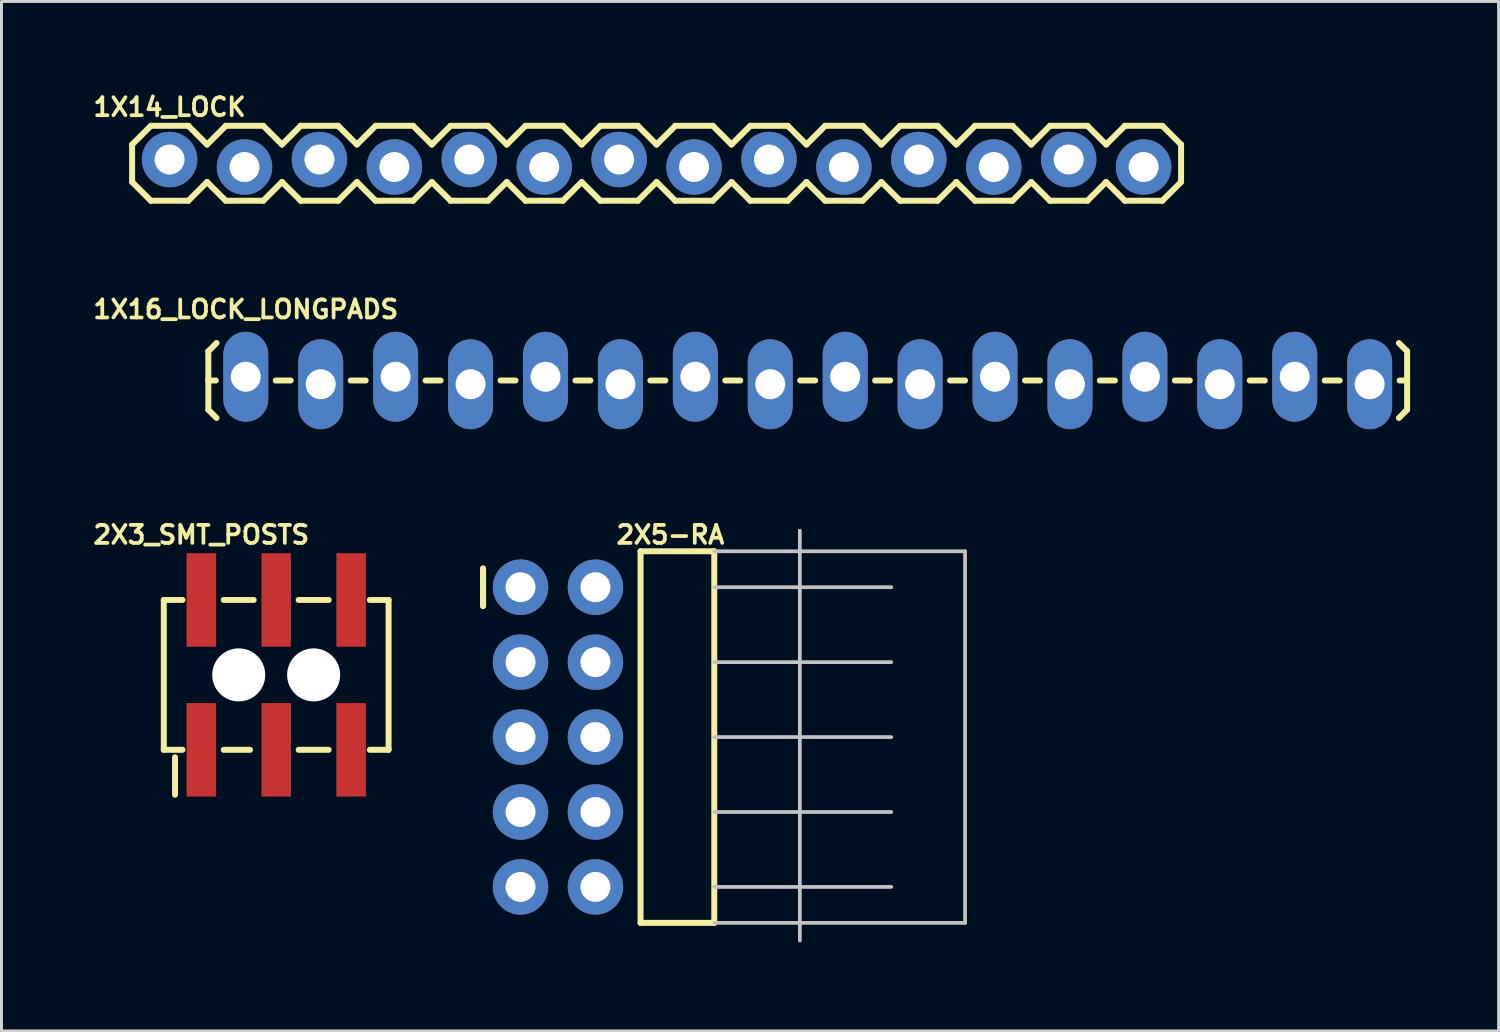
<source format=kicad_pcb>
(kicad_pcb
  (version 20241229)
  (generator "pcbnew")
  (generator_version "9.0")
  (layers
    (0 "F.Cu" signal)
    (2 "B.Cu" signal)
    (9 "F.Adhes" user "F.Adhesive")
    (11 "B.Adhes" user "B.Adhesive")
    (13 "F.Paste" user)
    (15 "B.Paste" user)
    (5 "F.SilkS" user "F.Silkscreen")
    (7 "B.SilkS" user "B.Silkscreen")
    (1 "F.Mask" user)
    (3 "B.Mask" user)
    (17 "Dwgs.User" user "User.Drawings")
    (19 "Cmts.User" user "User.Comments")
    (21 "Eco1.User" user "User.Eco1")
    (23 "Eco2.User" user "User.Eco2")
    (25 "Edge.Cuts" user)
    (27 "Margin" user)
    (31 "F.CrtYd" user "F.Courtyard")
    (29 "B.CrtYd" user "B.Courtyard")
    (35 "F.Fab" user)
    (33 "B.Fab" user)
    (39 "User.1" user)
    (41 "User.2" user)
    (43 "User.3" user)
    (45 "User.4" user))
  (footprint "2X3_SMT_POSTS"
    (layer "F.Cu")
    (at 6.313 19.829)
    (property "Reference" "2X3_SMT_POSTS" (at -2.54 -4.75 0) (layer "F.SilkS") (effects (font (size 0.61 0.61) (thickness 0.127))))
    (attr smd)
    (fp_line (start -3.81 -2.54) (end -3.81 2.54) (stroke (width 0.203) (type solid)) (layer "F.SilkS"))
    (fp_line (start -3.81 2.54) (end -3.175 2.54) (stroke (width 0.203) (type solid)) (layer "F.SilkS"))
    (fp_line (start -3.429 4.064) (end -3.429 2.794) (stroke (width 0.203) (type solid)) (layer "F.SilkS"))
    (fp_line (start -3.175 -2.54) (end -3.81 -2.54) (stroke (width 0.203) (type solid)) (layer "F.SilkS"))
    (fp_line (start -1.778 -2.54) (end -0.762 -2.54) (stroke (width 0.203) (type solid)) (layer "F.SilkS"))
    (fp_line (start -1.778 2.54) (end -0.889 2.54) (stroke (width 0.203) (type solid)) (layer "F.SilkS"))
    (fp_line (start 0.762 -2.54) (end 1.778 -2.54) (stroke (width 0.203) (type solid)) (layer "F.SilkS"))
    (fp_line (start 0.762 2.54) (end 1.778 2.54) (stroke (width 0.203) (type solid)) (layer "F.SilkS"))
    (fp_line (start 3.175 -2.54) (end 3.81 -2.54) (stroke (width 0.203) (type solid)) (layer "F.SilkS"))
    (fp_line (start 3.81 -2.54) (end 3.81 2.54) (stroke (width 0.203) (type solid)) (layer "F.SilkS"))
    (fp_line (start 3.81 2.54) (end 3.175 2.54) (stroke (width 0.203) (type solid)) (layer "F.SilkS"))
    (pad "" np_thru_hole circle (at -1.27 0) (size 1.798 1.798) (drill 1.798) (layers "*.Cu" "*.Mask"))
    (pad "" np_thru_hole circle (at 1.27 0) (size 1.798 1.798) (drill 1.798) (layers "*.Cu" "*.Mask"))
    (pad "1" smd rect (at -2.54 2.54 90) (size 3.17 0.998) (layers "F.Cu" "F.Mask" "F.Paste"))
    (pad "2" smd rect (at -2.54 -2.54 90) (size 3.17 0.998) (layers "F.Cu" "F.Mask" "F.Paste"))
    (pad "3" smd rect (at 0 2.54 90) (size 3.17 0.998) (layers "F.Cu" "F.Mask" "F.Paste"))
    (pad "4" smd rect (at 0 -2.54 90) (size 3.17 0.998) (layers "F.Cu" "F.Mask" "F.Paste"))
    (pad "5" smd rect (at 2.54 2.54 90) (size 3.17 0.998) (layers "F.Cu" "F.Mask" "F.Paste"))
    (pad "6" smd rect (at 2.54 -2.54 90) (size 3.17 0.998) (layers "F.Cu" "F.Mask" "F.Paste")))
  (footprint "1X14_LOCK"
    (layer "F.Cu")
    (at 2.699 2.485)
    (property "Reference" "1X14_LOCK" (at 0 -1.905 0) (layer "F.SilkS") (effects (font (size 0.61 0.61) (thickness 0.127))))
    (attr exclude_from_pos_files exclude_from_bom)
    (fp_line (start -1.27 -0.635) (end -1.27 0.635) (stroke (width 0.203) (type solid)) (layer "F.SilkS"))
    (fp_line (start -1.27 0.635) (end -0.635 1.27) (stroke (width 0.203) (type solid)) (layer "F.SilkS"))
    (fp_line (start -0.635 -1.27) (end -1.27 -0.635) (stroke (width 0.203) (type solid)) (layer "F.SilkS"))
    (fp_line (start -0.635 -1.27) (end 0.635 -1.27) (stroke (width 0.203) (type solid)) (layer "F.SilkS"))
    (fp_line (start 0.635 -1.27) (end 1.27 -0.635) (stroke (width 0.203) (type solid)) (layer "F.SilkS"))
    (fp_line (start 0.635 1.27) (end -0.635 1.27) (stroke (width 0.203) (type solid)) (layer "F.SilkS"))
    (fp_line (start 1.27 -0.635) (end 1.905 -1.27) (stroke (width 0.203) (type solid)) (layer "F.SilkS"))
    (fp_line (start 1.27 0.635) (end 0.635 1.27) (stroke (width 0.203) (type solid)) (layer "F.SilkS"))
    (fp_line (start 1.905 -1.27) (end 3.175 -1.27) (stroke (width 0.203) (type solid)) (layer "F.SilkS"))
    (fp_line (start 1.905 1.27) (end 1.27 0.635) (stroke (width 0.203) (type solid)) (layer "F.SilkS"))
    (fp_line (start 3.175 -1.27) (end 3.81 -0.635) (stroke (width 0.203) (type solid)) (layer "F.SilkS"))
    (fp_line (start 3.175 1.27) (end 1.905 1.27) (stroke (width 0.203) (type solid)) (layer "F.SilkS"))
    (fp_line (start 3.81 -0.635) (end 4.445 -1.27) (stroke (width 0.203) (type solid)) (layer "F.SilkS"))
    (fp_line (start 3.81 0.635) (end 3.175 1.27) (stroke (width 0.203) (type solid)) (layer "F.SilkS"))
    (fp_line (start 4.445 -1.27) (end 5.715 -1.27) (stroke (width 0.203) (type solid)) (layer "F.SilkS"))
    (fp_line (start 4.445 1.27) (end 3.81 0.635) (stroke (width 0.203) (type solid)) (layer "F.SilkS"))
    (fp_line (start 5.715 -1.27) (end 6.35 -0.635) (stroke (width 0.203) (type solid)) (layer "F.SilkS"))
    (fp_line (start 5.715 1.27) (end 4.445 1.27) (stroke (width 0.203) (type solid)) (layer "F.SilkS"))
    (fp_line (start 6.35 0.635) (end 5.715 1.27) (stroke (width 0.203) (type solid)) (layer "F.SilkS"))
    (fp_line (start 6.35 0.635) (end 6.985 1.27) (stroke (width 0.203) (type solid)) (layer "F.SilkS"))
    (fp_line (start 6.985 -1.27) (end 6.35 -0.635) (stroke (width 0.203) (type solid)) (layer "F.SilkS"))
    (fp_line (start 6.985 -1.27) (end 8.255 -1.27) (stroke (width 0.203) (type solid)) (layer "F.SilkS"))
    (fp_line (start 8.255 -1.27) (end 8.89 -0.635) (stroke (width 0.203) (type solid)) (layer "F.SilkS"))
    (fp_line (start 8.255 1.27) (end 6.985 1.27) (stroke (width 0.203) (type solid)) (layer "F.SilkS"))
    (fp_line (start 8.89 -0.635) (end 9.525 -1.27) (stroke (width 0.203) (type solid)) (layer "F.SilkS"))
    (fp_line (start 8.89 0.635) (end 8.255 1.27) (stroke (width 0.203) (type solid)) (layer "F.SilkS"))
    (fp_line (start 9.525 -1.27) (end 10.795 -1.27) (stroke (width 0.203) (type solid)) (layer "F.SilkS"))
    (fp_line (start 9.525 1.27) (end 8.89 0.635) (stroke (width 0.203) (type solid)) (layer "F.SilkS"))
    (fp_line (start 10.795 -1.27) (end 11.43 -0.635) (stroke (width 0.203) (type solid)) (layer "F.SilkS"))
    (fp_line (start 10.795 1.27) (end 9.525 1.27) (stroke (width 0.203) (type solid)) (layer "F.SilkS"))
    (fp_line (start 11.43 -0.635) (end 12.065 -1.27) (stroke (width 0.203) (type solid)) (layer "F.SilkS"))
    (fp_line (start 11.43 0.635) (end 10.795 1.27) (stroke (width 0.203) (type solid)) (layer "F.SilkS"))
    (fp_line (start 12.065 -1.27) (end 13.335 -1.27) (stroke (width 0.203) (type solid)) (layer "F.SilkS"))
    (fp_line (start 12.065 1.27) (end 11.43 0.635) (stroke (width 0.203) (type solid)) (layer "F.SilkS"))
    (fp_line (start 13.335 -1.27) (end 13.97 -0.635) (stroke (width 0.203) (type solid)) (layer "F.SilkS"))
    (fp_line (start 13.335 1.27) (end 12.065 1.27) (stroke (width 0.203) (type solid)) (layer "F.SilkS"))
    (fp_line (start 13.97 0.635) (end 13.335 1.27) (stroke (width 0.203) (type solid)) (layer "F.SilkS"))
    (fp_line (start 13.97 0.635) (end 14.605 1.27) (stroke (width 0.203) (type solid)) (layer "F.SilkS"))
    (fp_line (start 14.605 -1.27) (end 13.97 -0.635) (stroke (width 0.203) (type solid)) (layer "F.SilkS"))
    (fp_line (start 14.605 -1.27) (end 15.875 -1.27) (stroke (width 0.203) (type solid)) (layer "F.SilkS"))
    (fp_line (start 15.875 -1.27) (end 16.51 -0.635) (stroke (width 0.203) (type solid)) (layer "F.SilkS"))
    (fp_line (start 15.875 1.27) (end 14.605 1.27) (stroke (width 0.203) (type solid)) (layer "F.SilkS"))
    (fp_line (start 16.51 0.635) (end 15.875 1.27) (stroke (width 0.203) (type solid)) (layer "F.SilkS"))
    (fp_line (start 16.51 0.635) (end 17.145 1.27) (stroke (width 0.203) (type solid)) (layer "F.SilkS"))
    (fp_line (start 17.145 -1.27) (end 16.51 -0.635) (stroke (width 0.203) (type solid)) (layer "F.SilkS"))
    (fp_line (start 17.145 -1.27) (end 18.415 -1.27) (stroke (width 0.203) (type solid)) (layer "F.SilkS"))
    (fp_line (start 18.415 -1.27) (end 19.05 -0.635) (stroke (width 0.203) (type solid)) (layer "F.SilkS"))
    (fp_line (start 18.415 1.27) (end 17.145 1.27) (stroke (width 0.203) (type solid)) (layer "F.SilkS"))
    (fp_line (start 19.05 -0.635) (end 19.685 -1.27) (stroke (width 0.203) (type solid)) (layer "F.SilkS"))
    (fp_line (start 19.05 0.635) (end 18.415 1.27) (stroke (width 0.203) (type solid)) (layer "F.SilkS"))
    (fp_line (start 19.685 -1.27) (end 20.955 -1.27) (stroke (width 0.203) (type solid)) (layer "F.SilkS"))
    (fp_line (start 19.685 1.27) (end 19.05 0.635) (stroke (width 0.203) (type solid)) (layer "F.SilkS"))
    (fp_line (start 20.955 -1.27) (end 21.59 -0.635) (stroke (width 0.203) (type solid)) (layer "F.SilkS"))
    (fp_line (start 20.955 1.27) (end 19.685 1.27) (stroke (width 0.203) (type solid)) (layer "F.SilkS"))
    (fp_line (start 21.59 -0.635) (end 22.225 -1.27) (stroke (width 0.203) (type solid)) (layer "F.SilkS"))
    (fp_line (start 21.59 0.635) (end 20.955 1.27) (stroke (width 0.203) (type solid)) (layer "F.SilkS"))
    (fp_line (start 22.225 -1.27) (end 23.495 -1.27) (stroke (width 0.203) (type solid)) (layer "F.SilkS"))
    (fp_line (start 22.225 1.27) (end 21.59 0.635) (stroke (width 0.203) (type solid)) (layer "F.SilkS"))
    (fp_line (start 23.495 -1.27) (end 24.13 -0.635) (stroke (width 0.203) (type solid)) (layer "F.SilkS"))
    (fp_line (start 23.495 1.27) (end 22.225 1.27) (stroke (width 0.203) (type solid)) (layer "F.SilkS"))
    (fp_line (start 24.13 0.635) (end 23.495 1.27) (stroke (width 0.203) (type solid)) (layer "F.SilkS"))
    (fp_line (start 24.13 0.635) (end 24.765 1.27) (stroke (width 0.203) (type solid)) (layer "F.SilkS"))
    (fp_line (start 24.765 -1.27) (end 24.13 -0.635) (stroke (width 0.203) (type solid)) (layer "F.SilkS"))
    (fp_line (start 24.765 -1.27) (end 26.035 -1.27) (stroke (width 0.203) (type solid)) (layer "F.SilkS"))
    (fp_line (start 26.035 -1.27) (end 26.67 -0.635) (stroke (width 0.203) (type solid)) (layer "F.SilkS"))
    (fp_line (start 26.035 1.27) (end 24.765 1.27) (stroke (width 0.203) (type solid)) (layer "F.SilkS"))
    (fp_line (start 26.67 -0.635) (end 27.305 -1.27) (stroke (width 0.203) (type solid)) (layer "F.SilkS"))
    (fp_line (start 26.67 0.635) (end 26.035 1.27) (stroke (width 0.203) (type solid)) (layer "F.SilkS"))
    (fp_line (start 27.305 -1.27) (end 28.575 -1.27) (stroke (width 0.203) (type solid)) (layer "F.SilkS"))
    (fp_line (start 27.305 1.27) (end 26.67 0.635) (stroke (width 0.203) (type solid)) (layer "F.SilkS"))
    (fp_line (start 28.575 -1.27) (end 29.21 -0.635) (stroke (width 0.203) (type solid)) (layer "F.SilkS"))
    (fp_line (start 28.575 1.27) (end 27.305 1.27) (stroke (width 0.203) (type solid)) (layer "F.SilkS"))
    (fp_line (start 29.21 -0.635) (end 29.845 -1.27) (stroke (width 0.203) (type solid)) (layer "F.SilkS"))
    (fp_line (start 29.21 0.635) (end 28.575 1.27) (stroke (width 0.203) (type solid)) (layer "F.SilkS"))
    (fp_line (start 29.845 -1.27) (end 31.115 -1.27) (stroke (width 0.203) (type solid)) (layer "F.SilkS"))
    (fp_line (start 29.845 1.27) (end 29.21 0.635) (stroke (width 0.203) (type solid)) (layer "F.SilkS"))
    (fp_line (start 31.115 -1.27) (end 31.75 -0.635) (stroke (width 0.203) (type solid)) (layer "F.SilkS"))
    (fp_line (start 31.115 1.27) (end 29.845 1.27) (stroke (width 0.203) (type solid)) (layer "F.SilkS"))
    (fp_line (start 31.75 0.635) (end 31.115 1.27) (stroke (width 0.203) (type solid)) (layer "F.SilkS"))
    (fp_line (start 31.75 0.635) (end 32.385 1.27) (stroke (width 0.203) (type solid)) (layer "F.SilkS"))
    (fp_line (start 32.385 -1.27) (end 31.75 -0.635) (stroke (width 0.203) (type solid)) (layer "F.SilkS"))
    (fp_line (start 32.385 -1.27) (end 33.655 -1.27) (stroke (width 0.203) (type solid)) (layer "F.SilkS"))
    (fp_line (start 33.655 -1.27) (end 34.29 -0.635) (stroke (width 0.203) (type solid)) (layer "F.SilkS"))
    (fp_line (start 33.655 1.27) (end 32.385 1.27) (stroke (width 0.203) (type solid)) (layer "F.SilkS"))
    (fp_line (start 34.29 -0.635) (end 34.29 0.635) (stroke (width 0.203) (type solid)) (layer "F.SilkS"))
    (fp_line (start 34.29 0.635) (end 33.655 1.27) (stroke (width 0.203) (type solid)) (layer "F.SilkS"))
    (pad "1" thru_hole circle (at 0 -0.127) (size 1.88 1.88) (drill 1.016) (layers "*.Cu" "*.Mask"))
    (pad "2" thru_hole circle (at 2.54 0.127) (size 1.88 1.88) (drill 1.016) (layers "*.Cu" "*.Mask"))
    (pad "3" thru_hole circle (at 5.08 -0.127) (size 1.88 1.88) (drill 1.016) (layers "*.Cu" "*.Mask"))
    (pad "4" thru_hole circle (at 7.62 0.127) (size 1.88 1.88) (drill 1.016) (layers "*.Cu" "*.Mask"))
    (pad "5" thru_hole circle (at 10.16 -0.127) (size 1.88 1.88) (drill 1.016) (layers "*.Cu" "*.Mask"))
    (pad "6" thru_hole circle (at 12.7 0.127) (size 1.88 1.88) (drill 1.016) (layers "*.Cu" "*.Mask"))
    (pad "7" thru_hole circle (at 15.24 -0.127) (size 1.88 1.88) (drill 1.016) (layers "*.Cu" "*.Mask"))
    (pad "8" thru_hole circle (at 17.78 0.127) (size 1.88 1.88) (drill 1.016) (layers "*.Cu" "*.Mask"))
    (pad "9" thru_hole circle (at 20.32 -0.127) (size 1.88 1.88) (drill 1.016) (layers "*.Cu" "*.Mask"))
    (pad "10" thru_hole circle (at 22.86 0.127) (size 1.88 1.88) (drill 1.016) (layers "*.Cu" "*.Mask"))
    (pad "11" thru_hole circle (at 25.4 -0.127) (size 1.88 1.88) (drill 1.016) (layers "*.Cu" "*.Mask"))
    (pad "12" thru_hole circle (at 27.94 0.127) (size 1.88 1.88) (drill 1.016) (layers "*.Cu" "*.Mask"))
    (pad "13" thru_hole circle (at 30.48 -0.127) (size 1.88 1.88) (drill 1.016) (layers "*.Cu" "*.Mask"))
    (pad "14" thru_hole circle (at 33.02 0.127) (size 1.88 1.88) (drill 1.016) (layers "*.Cu" "*.Mask")))
  (footprint "2X5-RA"
    (layer "F.Cu")
    (at 15.866 21.937)
    (property "Reference" "2X5-RA" (at 3.81 -6.858 0) (layer "F.SilkS") (effects (font (size 0.61 0.61) (thickness 0.127))))
    (attr exclude_from_pos_files exclude_from_bom)
    (fp_line (start -2.54 -5.715) (end -2.54 -4.445) (stroke (width 0.203) (type solid)) (layer "F.SilkS"))
    (fp_line (start -2.54 -5.715) (end -2.54 -4.445) (stroke (width 0.203) (type solid)) (layer "F.SilkS"))
    (fp_line (start 2.799 -6.299) (end 5.298 -6.299) (stroke (width 0.203) (type solid)) (layer "F.SilkS"))
    (fp_line (start 2.799 6.299) (end 2.799 -6.299) (stroke (width 0.203) (type solid)) (layer "F.SilkS"))
    (fp_line (start 5.298 -6.299) (end 5.298 6.299) (stroke (width 0.203) (type solid)) (layer "F.SilkS"))
    (fp_line (start 5.298 6.299) (end 2.799 6.299) (stroke (width 0.203) (type solid)) (layer "F.SilkS"))
    (fp_line (start 5.298 -6.299) (end 13.8 -6.299) (stroke (width 0.127) (type solid)) (layer "Dwgs.User"))
    (fp_line (start 5.298 -5.08) (end 11.298 -5.08) (stroke (width 0.127) (type solid)) (layer "Dwgs.User"))
    (fp_line (start 5.298 -2.54) (end 11.298 -2.54) (stroke (width 0.127) (type solid)) (layer "Dwgs.User"))
    (fp_line (start 5.298 0) (end 11.298 0) (stroke (width 0.127) (type solid)) (layer "Dwgs.User"))
    (fp_line (start 5.298 2.54) (end 11.298 2.54) (stroke (width 0.127) (type solid)) (layer "Dwgs.User"))
    (fp_line (start 5.298 5.08) (end 11.298 5.08) (stroke (width 0.127) (type solid)) (layer "Dwgs.User"))
    (fp_line (start 5.298 6.299) (end 13.8 6.299) (stroke (width 0.127) (type solid)) (layer "Dwgs.User"))
    (fp_line (start 8.199 -6.998) (end 8.199 6.899) (stroke (width 0.127) (type solid)) (layer "Dwgs.User"))
    (fp_line (start 13.8 -6.299) (end 13.8 6.299) (stroke (width 0.127) (type solid)) (layer "Dwgs.User"))
    (pad "1" thru_hole circle (at -1.27 -5.08) (size 1.88 1.88) (drill 1.016) (layers "*.Cu" "*.Mask"))
    (pad "2" thru_hole circle (at 1.27 -5.08) (size 1.88 1.88) (drill 1.016) (layers "*.Cu" "*.Mask"))
    (pad "3" thru_hole circle (at -1.27 -2.54) (size 1.88 1.88) (drill 1.016) (layers "*.Cu" "*.Mask"))
    (pad "4" thru_hole circle (at 1.27 -2.54) (size 1.88 1.88) (drill 1.016) (layers "*.Cu" "*.Mask"))
    (pad "5" thru_hole circle (at -1.27 0) (size 1.88 1.88) (drill 1.016) (layers "*.Cu" "*.Mask"))
    (pad "6" thru_hole circle (at 1.27 0) (size 1.88 1.88) (drill 1.016) (layers "*.Cu" "*.Mask"))
    (pad "7" thru_hole circle (at -1.27 2.54) (size 1.88 1.88) (drill 1.016) (layers "*.Cu" "*.Mask"))
    (pad "8" thru_hole circle (at 1.27 2.54) (size 1.88 1.88) (drill 1.016) (layers "*.Cu" "*.Mask"))
    (pad "9" thru_hole circle (at -1.27 5.08) (size 1.88 1.88) (drill 1.016) (layers "*.Cu" "*.Mask"))
    (pad "10" thru_hole circle (at 1.27 5.08) (size 1.88 1.88) (drill 1.016) (layers "*.Cu" "*.Mask")))
  (footprint "1X16_LOCK_LONGPADS"
    (layer "F.Cu")
    (at 5.282 9.849)
    (property "Reference" "1X16_LOCK_LONGPADS" (at 0 -2.413 0) (layer "F.SilkS") (effects (font (size 0.61 0.61) (thickness 0.127))))
    (attr exclude_from_pos_files exclude_from_bom)
    (fp_line (start -1.27 -0.991) (end -0.991 -1.27) (stroke (width 0.203) (type solid)) (layer "F.SilkS"))
    (fp_line (start -1.27 0) (end -1.27 -0.991) (stroke (width 0.203) (type solid)) (layer "F.SilkS"))
    (fp_line (start -1.27 0) (end -1.27 0.991) (stroke (width 0.203) (type solid)) (layer "F.SilkS"))
    (fp_line (start -1.27 0) (end -1.016 0) (stroke (width 0.203) (type solid)) (layer "F.SilkS"))
    (fp_line (start -1.27 0.991) (end -0.991 1.27) (stroke (width 0.203) (type solid)) (layer "F.SilkS"))
    (fp_line (start 1.524 0) (end 1.016 0) (stroke (width 0.203) (type solid)) (layer "F.SilkS"))
    (fp_line (start 4.064 0) (end 3.556 0) (stroke (width 0.203) (type solid)) (layer "F.SilkS"))
    (fp_line (start 6.604 0) (end 6.096 0) (stroke (width 0.203) (type solid)) (layer "F.SilkS"))
    (fp_line (start 9.144 0) (end 8.636 0) (stroke (width 0.203) (type solid)) (layer "F.SilkS"))
    (fp_line (start 11.684 0) (end 11.176 0) (stroke (width 0.203) (type solid)) (layer "F.SilkS"))
    (fp_line (start 14.224 0) (end 13.716 0) (stroke (width 0.203) (type solid)) (layer "F.SilkS"))
    (fp_line (start 16.764 0) (end 16.256 0) (stroke (width 0.203) (type solid)) (layer "F.SilkS"))
    (fp_line (start 19.304 0) (end 18.796 0) (stroke (width 0.203) (type solid)) (layer "F.SilkS"))
    (fp_line (start 21.844 0) (end 21.336 0) (stroke (width 0.203) (type solid)) (layer "F.SilkS"))
    (fp_line (start 24.384 0) (end 23.876 0) (stroke (width 0.203) (type solid)) (layer "F.SilkS"))
    (fp_line (start 26.924 0) (end 26.416 0) (stroke (width 0.203) (type solid)) (layer "F.SilkS"))
    (fp_line (start 29.464 0) (end 28.953 0) (stroke (width 0.203) (type solid)) (layer "F.SilkS"))
    (fp_line (start 32.004 0) (end 31.496 0) (stroke (width 0.203) (type solid)) (layer "F.SilkS"))
    (fp_line (start 34.544 0) (end 34.036 0) (stroke (width 0.203) (type solid)) (layer "F.SilkS"))
    (fp_line (start 37.084 0) (end 36.576 0) (stroke (width 0.203) (type solid)) (layer "F.SilkS"))
    (fp_line (start 39.37 -0.991) (end 39.091 -1.27) (stroke (width 0.203) (type solid)) (layer "F.SilkS"))
    (fp_line (start 39.37 0) (end 39.116 0) (stroke (width 0.203) (type solid)) (layer "F.SilkS"))
    (fp_line (start 39.37 0) (end 39.37 -0.991) (stroke (width 0.203) (type solid)) (layer "F.SilkS"))
    (fp_line (start 39.37 0) (end 39.37 0.991) (stroke (width 0.203) (type solid)) (layer "F.SilkS"))
    (fp_line (start 39.37 0.991) (end 39.091 1.27) (stroke (width 0.203) (type solid)) (layer "F.SilkS"))
    (pad "1" thru_hole oval (at 0 -0.127 180) (size 1.524 3.048) (drill 1.016) (layers "*.Cu" "*.Mask"))
    (pad "2" thru_hole oval (at 2.54 0.127 180) (size 1.524 3.048) (drill 1.016) (layers "*.Cu" "*.Mask"))
    (pad "3" thru_hole oval (at 5.08 -0.127 180) (size 1.524 3.048) (drill 1.016) (layers "*.Cu" "*.Mask"))
    (pad "4" thru_hole oval (at 7.62 0.127 180) (size 1.524 3.048) (drill 1.016) (layers "*.Cu" "*.Mask"))
    (pad "5" thru_hole oval (at 10.16 -0.127 180) (size 1.524 3.048) (drill 1.016) (layers "*.Cu" "*.Mask"))
    (pad "6" thru_hole oval (at 12.7 0.127 180) (size 1.524 3.048) (drill 1.016) (layers "*.Cu" "*.Mask"))
    (pad "7" thru_hole oval (at 15.24 -0.127 180) (size 1.524 3.048) (drill 1.016) (layers "*.Cu" "*.Mask"))
    (pad "8" thru_hole oval (at 17.78 0.127 180) (size 1.524 3.048) (drill 1.016) (layers "*.Cu" "*.Mask"))
    (pad "9" thru_hole oval (at 20.32 -0.127 180) (size 1.524 3.048) (drill 1.016) (layers "*.Cu" "*.Mask"))
    (pad "10" thru_hole oval (at 22.86 0.127 180) (size 1.524 3.048) (drill 1.016) (layers "*.Cu" "*.Mask"))
    (pad "11" thru_hole oval (at 25.4 -0.127 180) (size 1.524 3.048) (drill 1.016) (layers "*.Cu" "*.Mask"))
    (pad "12" thru_hole oval (at 27.94 0.127 180) (size 1.524 3.048) (drill 1.016) (layers "*.Cu" "*.Mask"))
    (pad "13" thru_hole oval (at 30.48 -0.127 180) (size 1.524 3.048) (drill 1.016) (layers "*.Cu" "*.Mask"))
    (pad "14" thru_hole oval (at 33.02 0.127 180) (size 1.524 3.048) (drill 1.016) (layers "*.Cu" "*.Mask"))
    (pad "15" thru_hole oval (at 35.56 -0.127 180) (size 1.524 3.048) (drill 1.016) (layers "*.Cu" "*.Mask"))
    (pad "16" thru_hole oval (at 38.1 0.127 180) (size 1.524 3.048) (drill 1.016) (layers "*.Cu" "*.Mask")))
  (gr_rect
    (start -3 -3)
    (end 47.754 31.899)
    (stroke (width 0.1) (type default))
    (fill no)
    (layer "Edge.Cuts")))
</source>
